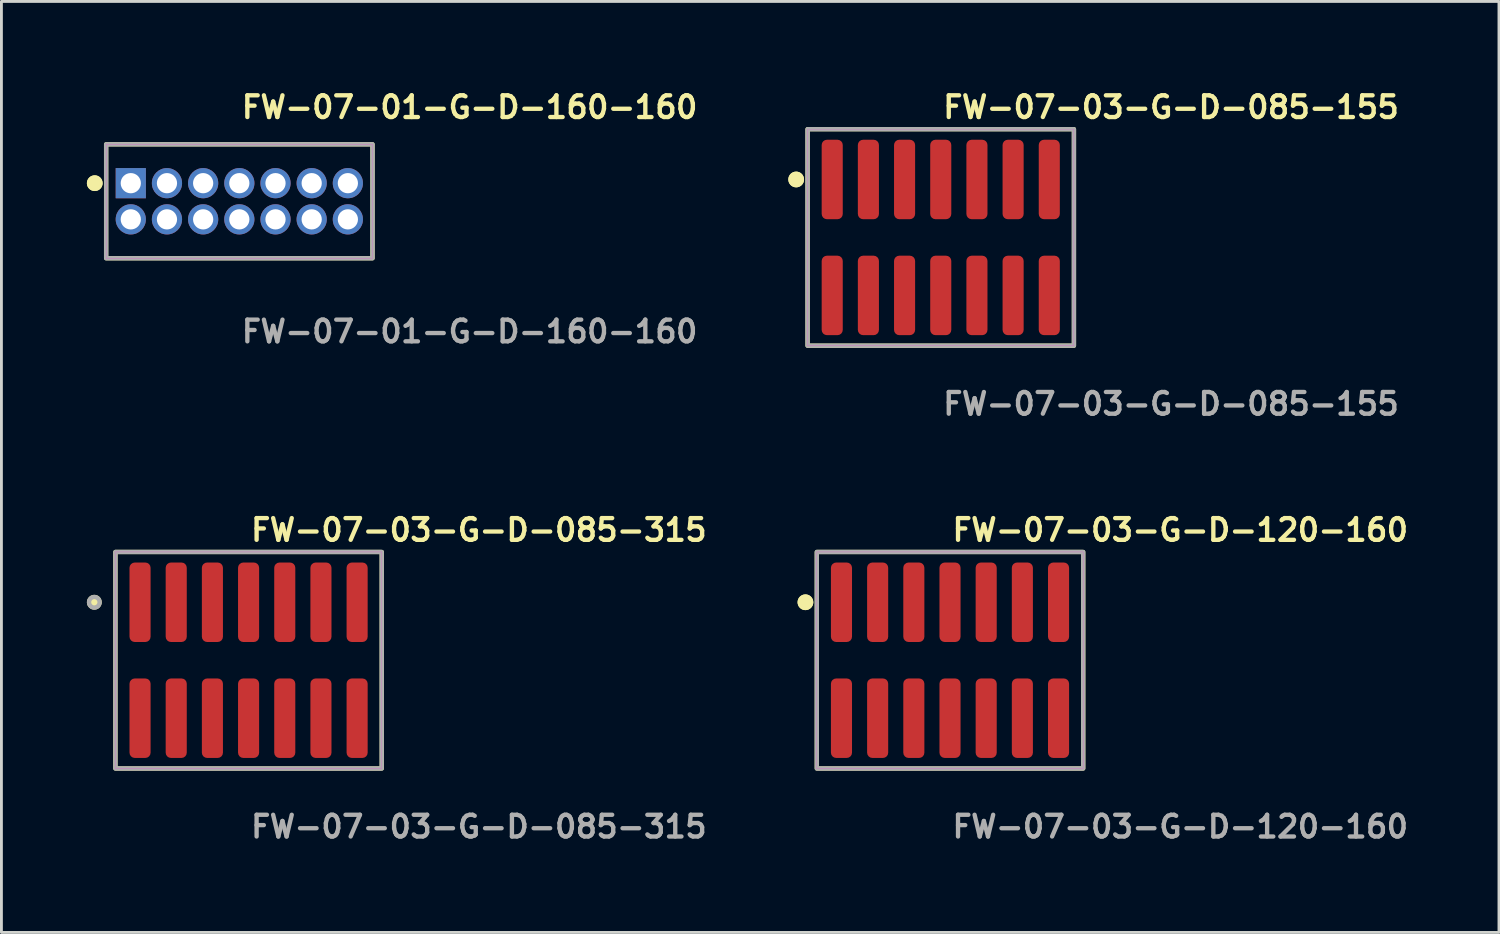
<source format=kicad_pcb>
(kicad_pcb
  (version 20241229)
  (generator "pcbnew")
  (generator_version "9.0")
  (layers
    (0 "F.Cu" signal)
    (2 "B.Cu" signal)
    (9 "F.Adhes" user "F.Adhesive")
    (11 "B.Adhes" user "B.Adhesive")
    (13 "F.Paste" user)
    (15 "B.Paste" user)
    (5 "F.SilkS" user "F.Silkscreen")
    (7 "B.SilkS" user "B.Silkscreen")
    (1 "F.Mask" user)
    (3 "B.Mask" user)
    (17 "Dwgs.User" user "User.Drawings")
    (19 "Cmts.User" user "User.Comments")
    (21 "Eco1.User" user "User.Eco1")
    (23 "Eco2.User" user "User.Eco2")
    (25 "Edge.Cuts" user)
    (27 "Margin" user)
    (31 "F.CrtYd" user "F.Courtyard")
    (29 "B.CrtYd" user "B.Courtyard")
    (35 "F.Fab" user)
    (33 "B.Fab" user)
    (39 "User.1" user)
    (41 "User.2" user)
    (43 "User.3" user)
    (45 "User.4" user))
  (footprint "FW-07-01-G-D-160-160"
    (layer "F.Cu")
    (at 5.351 4.015)
    (property "Reference" "FW-07-01-G-D-160-160" (at 0 -3.302 0) (unlocked yes) (layer "F.SilkS") (effects (font (size 0.762 0.762) (thickness 0.152)) (justify left)))
    (fp_rect (start -4.675 2) (end 4.675 -2) (stroke (width 0.152) (type solid)) (fill no) (layer "F.SilkS"))
    (fp_circle (center -5.075 -0.635) (end -5.275 -0.635) (stroke (width 0.152) (type solid)) (fill yes) (layer "F.SilkS"))
    (fp_circle (center -5.075 -0.635) (end -5.275 -0.635) (stroke (width 0.152) (type solid)) (fill yes) (layer "F.SilkS"))
    (fp_rect (start -4.675 2) (end 4.675 -2) (stroke (width 0.006) (type solid)) (fill no) (layer "F.CrtYd"))
    (fp_rect (start -4.675 2) (end 4.675 -2) (stroke (width 0.152) (type solid)) (fill no) (layer "F.Fab"))
    (fp_text user "${REFERENCE}" (at 0 4.572 0) (unlocked yes) (layer "F.Fab") (effects (font (size 0.762 0.762) (thickness 0.152)) (justify left)))
    (pad "1" thru_hole rect (at -3.81 -0.635) (size 1.06 1.06) (drill 0.71) (layers "*.Cu" "*.Mask"))
    (pad "2" thru_hole circle (at -3.81 0.635) (size 1.06 1.06) (drill 0.71) (layers "*.Cu" "*.Mask"))
    (pad "3" thru_hole circle (at -2.54 -0.635) (size 1.06 1.06) (drill 0.71) (layers "*.Cu" "*.Mask"))
    (pad "4" thru_hole circle (at -2.54 0.635) (size 1.06 1.06) (drill 0.71) (layers "*.Cu" "*.Mask"))
    (pad "5" thru_hole circle (at -1.27 -0.635) (size 1.06 1.06) (drill 0.71) (layers "*.Cu" "*.Mask"))
    (pad "6" thru_hole circle (at -1.27 0.635) (size 1.06 1.06) (drill 0.71) (layers "*.Cu" "*.Mask"))
    (pad "7" thru_hole circle (at 0 -0.635) (size 1.06 1.06) (drill 0.71) (layers "*.Cu" "*.Mask"))
    (pad "8" thru_hole circle (at 0 0.635) (size 1.06 1.06) (drill 0.71) (layers "*.Cu" "*.Mask"))
    (pad "9" thru_hole circle (at 1.27 -0.635) (size 1.06 1.06) (drill 0.71) (layers "*.Cu" "*.Mask"))
    (pad "10" thru_hole circle (at 1.27 0.635) (size 1.06 1.06) (drill 0.71) (layers "*.Cu" "*.Mask"))
    (pad "11" thru_hole circle (at 2.54 -0.635) (size 1.06 1.06) (drill 0.71) (layers "*.Cu" "*.Mask"))
    (pad "12" thru_hole circle (at 2.54 0.635) (size 1.06 1.06) (drill 0.71) (layers "*.Cu" "*.Mask"))
    (pad "13" thru_hole circle (at 3.81 -0.635) (size 1.06 1.06) (drill 0.71) (layers "*.Cu" "*.Mask"))
    (pad "14" thru_hole circle (at 3.81 0.635) (size 1.06 1.06) (drill 0.71) (layers "*.Cu" "*.Mask")))
  (footprint "FW-07-03-G-D-120-160"
    (layer "F.Cu")
    (at 30.298 20.126)
    (property "Reference" "FW-07-03-G-D-120-160" (at 0 -4.572 0) (unlocked yes) (layer "F.SilkS") (effects (font (size 0.762 0.762) (thickness 0.152)) (justify left)))
    (fp_rect (start -4.675 3.8) (end 4.675 -3.8) (stroke (width 0.152) (type solid)) (fill no) (layer "F.SilkS"))
    (fp_circle (center -5.075 -2.035) (end -5.275 -2.035) (stroke (width 0.152) (type solid)) (fill yes) (layer "F.SilkS"))
    (fp_circle (center -5.075 -2.035) (end -5.275 -2.035) (stroke (width 0.152) (type solid)) (fill yes) (layer "F.SilkS"))
    (fp_rect (start -4.675 3.8) (end 4.675 -3.8) (stroke (width 0.006) (type solid)) (fill no) (layer "F.CrtYd"))
    (fp_rect (start -4.675 3.8) (end 4.675 -3.8) (stroke (width 0.152) (type solid)) (fill no) (layer "F.Fab"))
    (fp_text user "${REFERENCE}" (at 0 5.842 0) (unlocked yes) (layer "F.Fab") (effects (font (size 0.762 0.762) (thickness 0.152)) (justify left)))
    (pad "1" smd roundrect (at -3.81 -2.035) (size 0.74 2.79) (layers "F.Cu" "F.Paste") (roundrect_rratio 0.25))
    (pad "2" smd roundrect (at -3.81 2.035) (size 0.74 2.79) (layers "F.Cu" "F.Paste") (roundrect_rratio 0.25))
    (pad "3" smd roundrect (at -2.54 -2.035) (size 0.74 2.79) (layers "F.Cu" "F.Paste") (roundrect_rratio 0.25))
    (pad "4" smd roundrect (at -2.54 2.035) (size 0.74 2.79) (layers "F.Cu" "F.Paste") (roundrect_rratio 0.25))
    (pad "5" smd roundrect (at -1.27 -2.035) (size 0.74 2.79) (layers "F.Cu" "F.Paste") (roundrect_rratio 0.25))
    (pad "6" smd roundrect (at -1.27 2.035) (size 0.74 2.79) (layers "F.Cu" "F.Paste") (roundrect_rratio 0.25))
    (pad "7" smd roundrect (at 0 -2.035) (size 0.74 2.79) (layers "F.Cu" "F.Paste") (roundrect_rratio 0.25))
    (pad "8" smd roundrect (at 0 2.035) (size 0.74 2.79) (layers "F.Cu" "F.Paste") (roundrect_rratio 0.25))
    (pad "9" smd roundrect (at 1.27 -2.035) (size 0.74 2.79) (layers "F.Cu" "F.Paste") (roundrect_rratio 0.25))
    (pad "10" smd roundrect (at 1.27 2.035) (size 0.74 2.79) (layers "F.Cu" "F.Paste") (roundrect_rratio 0.25))
    (pad "11" smd roundrect (at 2.54 -2.035) (size 0.74 2.79) (layers "F.Cu" "F.Paste") (roundrect_rratio 0.25))
    (pad "12" smd roundrect (at 2.54 2.035) (size 0.74 2.79) (layers "F.Cu" "F.Paste") (roundrect_rratio 0.25))
    (pad "13" smd roundrect (at 3.81 -2.035) (size 0.74 2.79) (layers "F.Cu" "F.Paste") (roundrect_rratio 0.25))
    (pad "14" smd roundrect (at 3.81 2.035) (size 0.74 2.79) (layers "F.Cu" "F.Paste") (roundrect_rratio 0.25)))
  (footprint "FW-07-03-G-D-085-315"
    (layer "F.Cu")
    (at 5.676 20.126)
    (property "Reference" "FW-07-03-G-D-085-315" (at 0 -4.572 0) (unlocked yes) (layer "F.SilkS") (effects (font (size 0.762 0.762) (thickness 0.152)) (justify left)))
    (fp_rect (start -4.675 3.8) (end 4.675 -3.8) (stroke (width 0.152) (type solid)) (fill no) (layer "F.SilkS"))
    (fp_circle (center -5.415 -2.035) (end -5.6 -2.035) (stroke (width 0.152) (type solid)) (fill yes) (layer "F.SilkS"))
    (fp_rect (start -4.675 3.8) (end 4.675 -3.8) (stroke (width 0.006) (type solid)) (fill no) (layer "F.CrtYd"))
    (fp_rect (start -4.675 3.8) (end 4.675 -3.8) (stroke (width 0.152) (type solid)) (fill no) (layer "F.Fab"))
    (fp_circle (center -5.415 -2.035) (end -5.6 -2.035) (stroke (width 0.152) (type solid)) (fill no) (layer "F.Fab"))
    (fp_text user "${REFERENCE}" (at 0 5.842 0) (unlocked yes) (layer "F.Fab") (effects (font (size 0.762 0.762) (thickness 0.152)) (justify left)))
    (pad "1" smd roundrect (at -3.81 -2.035) (size 0.74 2.79) (layers "F.Cu" "F.Paste") (roundrect_rratio 0.25))
    (pad "2" smd roundrect (at -3.81 2.035) (size 0.74 2.79) (layers "F.Cu" "F.Paste") (roundrect_rratio 0.25))
    (pad "3" smd roundrect (at -2.54 -2.035) (size 0.74 2.79) (layers "F.Cu" "F.Paste") (roundrect_rratio 0.25))
    (pad "4" smd roundrect (at -2.54 2.035) (size 0.74 2.79) (layers "F.Cu" "F.Paste") (roundrect_rratio 0.25))
    (pad "5" smd roundrect (at -1.27 -2.035) (size 0.74 2.79) (layers "F.Cu" "F.Paste") (roundrect_rratio 0.25))
    (pad "6" smd roundrect (at -1.27 2.035) (size 0.74 2.79) (layers "F.Cu" "F.Paste") (roundrect_rratio 0.25))
    (pad "7" smd roundrect (at 0 -2.035) (size 0.74 2.79) (layers "F.Cu" "F.Paste") (roundrect_rratio 0.25))
    (pad "8" smd roundrect (at 0 2.035) (size 0.74 2.79) (layers "F.Cu" "F.Paste") (roundrect_rratio 0.25))
    (pad "9" smd roundrect (at 1.27 -2.035) (size 0.74 2.79) (layers "F.Cu" "F.Paste") (roundrect_rratio 0.25))
    (pad "10" smd roundrect (at 1.27 2.035) (size 0.74 2.79) (layers "F.Cu" "F.Paste") (roundrect_rratio 0.25))
    (pad "11" smd roundrect (at 2.54 -2.035) (size 0.74 2.79) (layers "F.Cu" "F.Paste") (roundrect_rratio 0.25))
    (pad "12" smd roundrect (at 2.54 2.035) (size 0.74 2.79) (layers "F.Cu" "F.Paste") (roundrect_rratio 0.25))
    (pad "13" smd roundrect (at 3.81 -2.035) (size 0.74 2.79) (layers "F.Cu" "F.Paste") (roundrect_rratio 0.25))
    (pad "14" smd roundrect (at 3.81 2.035) (size 0.74 2.79) (layers "F.Cu" "F.Paste") (roundrect_rratio 0.25)))
  (footprint "FW-07-03-G-D-085-155"
    (layer "F.Cu")
    (at 29.973 5.285)
    (property "Reference" "FW-07-03-G-D-085-155" (at 0 -4.572 0) (unlocked yes) (layer "F.SilkS") (effects (font (size 0.762 0.762) (thickness 0.152)) (justify left)))
    (fp_rect (start -4.675 3.8) (end 4.675 -3.8) (stroke (width 0.152) (type solid)) (fill no) (layer "F.SilkS"))
    (fp_circle (center -5.075 -2.035) (end -5.275 -2.035) (stroke (width 0.152) (type solid)) (fill yes) (layer "F.SilkS"))
    (fp_circle (center -5.075 -2.035) (end -5.275 -2.035) (stroke (width 0.152) (type solid)) (fill yes) (layer "F.SilkS"))
    (fp_rect (start -4.675 3.8) (end 4.675 -3.8) (stroke (width 0.006) (type solid)) (fill no) (layer "F.CrtYd"))
    (fp_rect (start -4.675 3.8) (end 4.675 -3.8) (stroke (width 0.152) (type solid)) (fill no) (layer "F.Fab"))
    (fp_text user "${REFERENCE}" (at 0 5.842 0) (unlocked yes) (layer "F.Fab") (effects (font (size 0.762 0.762) (thickness 0.152)) (justify left)))
    (pad "1" smd roundrect (at -3.81 -2.035) (size 0.74 2.79) (layers "F.Cu" "F.Paste") (roundrect_rratio 0.25))
    (pad "2" smd roundrect (at -3.81 2.035) (size 0.74 2.79) (layers "F.Cu" "F.Paste") (roundrect_rratio 0.25))
    (pad "3" smd roundrect (at -2.54 -2.035) (size 0.74 2.79) (layers "F.Cu" "F.Paste") (roundrect_rratio 0.25))
    (pad "4" smd roundrect (at -2.54 2.035) (size 0.74 2.79) (layers "F.Cu" "F.Paste") (roundrect_rratio 0.25))
    (pad "5" smd roundrect (at -1.27 -2.035) (size 0.74 2.79) (layers "F.Cu" "F.Paste") (roundrect_rratio 0.25))
    (pad "6" smd roundrect (at -1.27 2.035) (size 0.74 2.79) (layers "F.Cu" "F.Paste") (roundrect_rratio 0.25))
    (pad "7" smd roundrect (at 0 -2.035) (size 0.74 2.79) (layers "F.Cu" "F.Paste") (roundrect_rratio 0.25))
    (pad "8" smd roundrect (at 0 2.035) (size 0.74 2.79) (layers "F.Cu" "F.Paste") (roundrect_rratio 0.25))
    (pad "9" smd roundrect (at 1.27 -2.035) (size 0.74 2.79) (layers "F.Cu" "F.Paste") (roundrect_rratio 0.25))
    (pad "10" smd roundrect (at 1.27 2.035) (size 0.74 2.79) (layers "F.Cu" "F.Paste") (roundrect_rratio 0.25))
    (pad "11" smd roundrect (at 2.54 -2.035) (size 0.74 2.79) (layers "F.Cu" "F.Paste") (roundrect_rratio 0.25))
    (pad "12" smd roundrect (at 2.54 2.035) (size 0.74 2.79) (layers "F.Cu" "F.Paste") (roundrect_rratio 0.25))
    (pad "13" smd roundrect (at 3.81 -2.035) (size 0.74 2.79) (layers "F.Cu" "F.Paste") (roundrect_rratio 0.25))
    (pad "14" smd roundrect (at 3.81 2.035) (size 0.74 2.79) (layers "F.Cu" "F.Paste") (roundrect_rratio 0.25)))
  (gr_rect
    (start -3 -3)
    (end 49.568 29.681)
    (stroke (width 0.1) (type default))
    (fill no)
    (layer "Edge.Cuts")))
</source>
